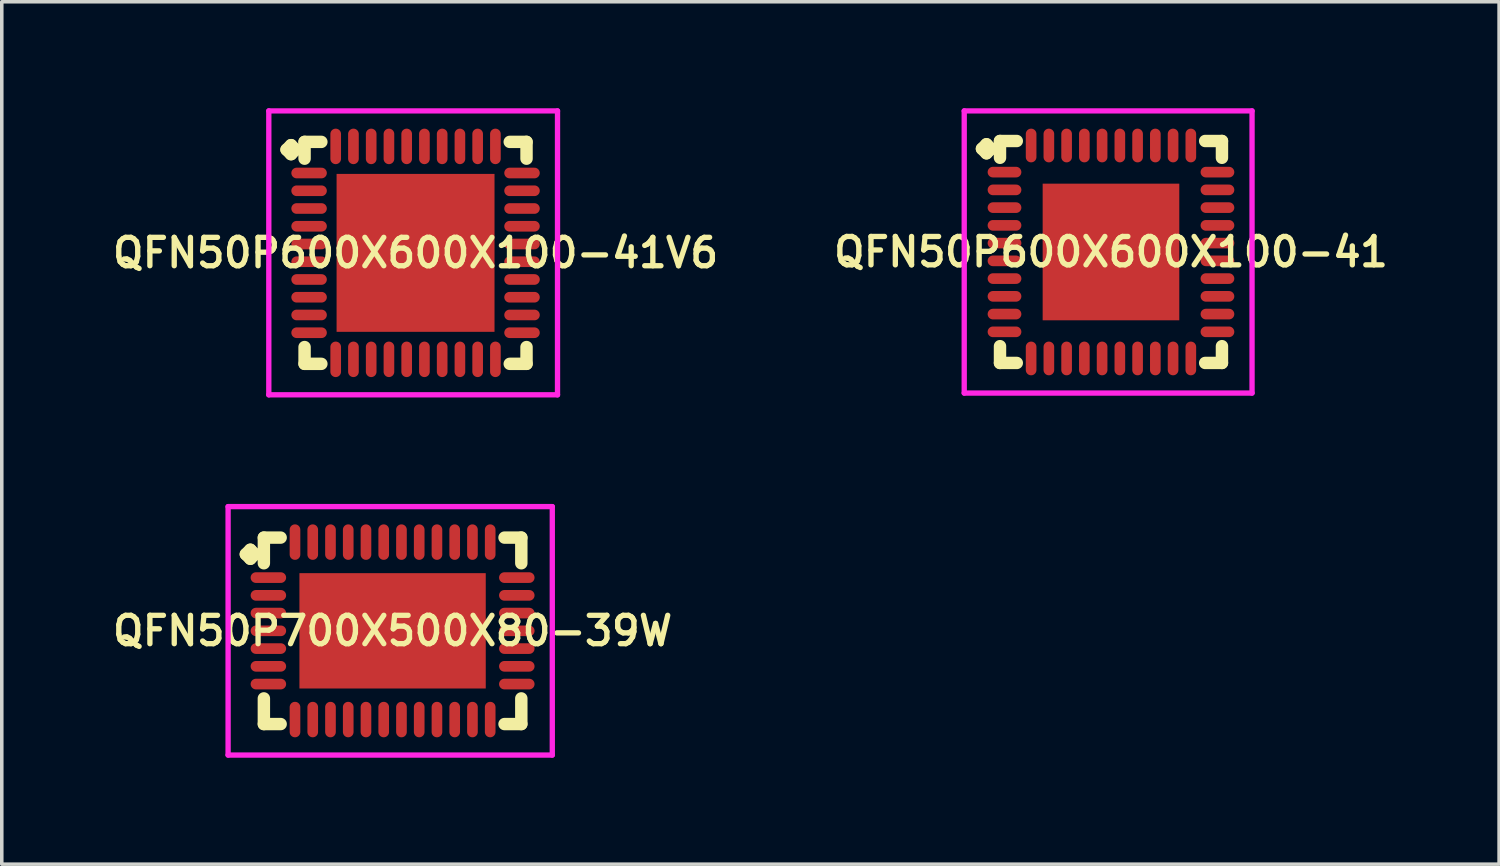
<source format=kicad_pcb>
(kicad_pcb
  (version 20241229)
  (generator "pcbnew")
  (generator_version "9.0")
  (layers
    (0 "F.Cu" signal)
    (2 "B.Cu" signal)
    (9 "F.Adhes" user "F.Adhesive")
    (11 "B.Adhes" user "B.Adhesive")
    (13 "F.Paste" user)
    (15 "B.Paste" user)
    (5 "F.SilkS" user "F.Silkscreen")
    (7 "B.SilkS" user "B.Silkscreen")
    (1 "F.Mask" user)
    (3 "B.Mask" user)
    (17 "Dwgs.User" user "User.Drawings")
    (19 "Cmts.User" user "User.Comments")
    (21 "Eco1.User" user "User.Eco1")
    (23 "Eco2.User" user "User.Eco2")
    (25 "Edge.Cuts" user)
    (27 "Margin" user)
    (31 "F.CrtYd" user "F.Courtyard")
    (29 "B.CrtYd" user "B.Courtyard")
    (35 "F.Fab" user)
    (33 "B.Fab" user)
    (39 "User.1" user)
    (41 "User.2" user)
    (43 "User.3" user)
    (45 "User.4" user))
  (footprint "QFN50P700X500X80-39W"
    (layer "F.Cu")
    (at 8.012 14.725)
    (property "Reference" "QFN50P700X500X80-39W" (at 0 0 0) (layer "F.SilkS") (effects (font (size 0.8 0.8) (thickness 0.15))))
    (attr smd)
    (fp_line (start -4.135 -2.158) (end -4.008 -2.285) (stroke (width 0.35) (type solid)) (layer "F.SilkS"))
    (fp_line (start -4.008 -2.285) (end -3.881 -2.158) (stroke (width 0.35) (type solid)) (layer "F.SilkS"))
    (fp_line (start -4.008 -2.031) (end -4.135 -2.158) (stroke (width 0.35) (type solid)) (layer "F.SilkS"))
    (fp_line (start -3.881 -2.158) (end -4.008 -2.031) (stroke (width 0.35) (type solid)) (layer "F.SilkS"))
    (fp_line (start -3.627 -2.627) (end -3.154 -2.627) (stroke (width 0.35) (type solid)) (layer "F.SilkS"))
    (fp_line (start -3.627 -1.904) (end -3.627 -2.627) (stroke (width 0.35) (type solid)) (layer "F.SilkS"))
    (fp_line (start -3.627 1.904) (end -3.627 2.627) (stroke (width 0.35) (type solid)) (layer "F.SilkS"))
    (fp_line (start -3.627 2.627) (end -3.154 2.627) (stroke (width 0.35) (type solid)) (layer "F.SilkS"))
    (fp_line (start 3.154 -2.627) (end 3.627 -2.627) (stroke (width 0.35) (type solid)) (layer "F.SilkS"))
    (fp_line (start 3.154 2.627) (end 3.627 2.627) (stroke (width 0.35) (type solid)) (layer "F.SilkS"))
    (fp_line (start 3.627 -2.627) (end 3.627 -1.904) (stroke (width 0.35) (type solid)) (layer "F.SilkS"))
    (fp_line (start 3.627 2.627) (end 3.627 1.904) (stroke (width 0.35) (type solid)) (layer "F.SilkS"))
    (fp_line (start -4.635 -3.5) (end 4.5 -3.5) (stroke (width 0.15) (type solid)) (layer "F.CrtYd"))
    (fp_line (start -4.635 3.5) (end -4.635 -3.5) (stroke (width 0.15) (type solid)) (layer "F.CrtYd"))
    (fp_line (start 4.5 -3.5) (end 4.5 3.5) (stroke (width 0.15) (type solid)) (layer "F.CrtYd"))
    (fp_line (start 4.5 3.5) (end -4.635 3.5) (stroke (width 0.15) (type solid)) (layer "F.CrtYd"))
    (pad "1" smd oval (at -3.5 -1.5) (size 1 0.3) (layers "F.Cu" "F.Mask" "F.Paste"))
    (pad "2" smd oval (at -3.5 -1) (size 1 0.3) (layers "F.Cu" "F.Mask" "F.Paste"))
    (pad "3" smd oval (at -3.5 -0.5) (size 1 0.3) (layers "F.Cu" "F.Mask" "F.Paste"))
    (pad "4" smd oval (at -3.5 0) (size 1 0.3) (layers "F.Cu" "F.Mask" "F.Paste"))
    (pad "5" smd oval (at -3.5 0.5) (size 1 0.3) (layers "F.Cu" "F.Mask" "F.Paste"))
    (pad "6" smd oval (at -3.5 1) (size 1 0.3) (layers "F.Cu" "F.Mask" "F.Paste"))
    (pad "7" smd oval (at -3.5 1.5) (size 1 0.3) (layers "F.Cu" "F.Mask" "F.Paste"))
    (pad "8" smd oval (at -2.75 2.5) (size 0.3 1) (layers "F.Cu" "F.Mask" "F.Paste"))
    (pad "9" smd oval (at -2.25 2.5) (size 0.3 1) (layers "F.Cu" "F.Mask" "F.Paste"))
    (pad "10" smd oval (at -1.75 2.5) (size 0.3 1) (layers "F.Cu" "F.Mask" "F.Paste"))
    (pad "11" smd oval (at -1.25 2.5) (size 0.3 1) (layers "F.Cu" "F.Mask" "F.Paste"))
    (pad "12" smd oval (at -0.75 2.5) (size 0.3 1) (layers "F.Cu" "F.Mask" "F.Paste"))
    (pad "13" smd oval (at -0.25 2.5) (size 0.3 1) (layers "F.Cu" "F.Mask" "F.Paste"))
    (pad "14" smd oval (at 0.25 2.5) (size 0.3 1) (layers "F.Cu" "F.Mask" "F.Paste"))
    (pad "15" smd oval (at 0.75 2.5) (size 0.3 1) (layers "F.Cu" "F.Mask" "F.Paste"))
    (pad "16" smd oval (at 1.25 2.5) (size 0.3 1) (layers "F.Cu" "F.Mask" "F.Paste"))
    (pad "17" smd oval (at 1.75 2.5) (size 0.3 1) (layers "F.Cu" "F.Mask" "F.Paste"))
    (pad "18" smd oval (at 2.25 2.5) (size 0.3 1) (layers "F.Cu" "F.Mask" "F.Paste"))
    (pad "19" smd oval (at 2.75 2.5) (size 0.3 1) (layers "F.Cu" "F.Mask" "F.Paste"))
    (pad "20" smd oval (at 3.5 1.5) (size 1 0.3) (layers "F.Cu" "F.Mask" "F.Paste"))
    (pad "21" smd oval (at 3.5 1) (size 1 0.3) (layers "F.Cu" "F.Mask" "F.Paste"))
    (pad "22" smd oval (at 3.5 0.5) (size 1 0.3) (layers "F.Cu" "F.Mask" "F.Paste"))
    (pad "23" smd oval (at 3.5 0) (size 1 0.3) (layers "F.Cu" "F.Mask" "F.Paste"))
    (pad "24" smd oval (at 3.5 -0.5) (size 1 0.3) (layers "F.Cu" "F.Mask" "F.Paste"))
    (pad "25" smd oval (at 3.5 -1) (size 1 0.3) (layers "F.Cu" "F.Mask" "F.Paste"))
    (pad "26" smd oval (at 3.5 -1.5) (size 1 0.3) (layers "F.Cu" "F.Mask" "F.Paste"))
    (pad "27" smd oval (at 2.75 -2.5) (size 0.3 1) (layers "F.Cu" "F.Mask" "F.Paste"))
    (pad "28" smd oval (at 2.25 -2.5) (size 0.3 1) (layers "F.Cu" "F.Mask" "F.Paste"))
    (pad "29" smd oval (at 1.75 -2.5) (size 0.3 1) (layers "F.Cu" "F.Mask" "F.Paste"))
    (pad "30" smd oval (at 1.25 -2.5) (size 0.3 1) (layers "F.Cu" "F.Mask" "F.Paste"))
    (pad "31" smd oval (at 0.75 -2.5) (size 0.3 1) (layers "F.Cu" "F.Mask" "F.Paste"))
    (pad "32" smd oval (at 0.25 -2.5) (size 0.3 1) (layers "F.Cu" "F.Mask" "F.Paste"))
    (pad "33" smd oval (at -0.25 -2.5) (size 0.3 1) (layers "F.Cu" "F.Mask" "F.Paste"))
    (pad "34" smd oval (at -0.75 -2.5) (size 0.3 1) (layers "F.Cu" "F.Mask" "F.Paste"))
    (pad "35" smd oval (at -1.25 -2.5) (size 0.3 1) (layers "F.Cu" "F.Mask" "F.Paste"))
    (pad "36" smd oval (at -1.75 -2.5) (size 0.3 1) (layers "F.Cu" "F.Mask" "F.Paste"))
    (pad "37" smd oval (at -2.25 -2.5) (size 0.3 1) (layers "F.Cu" "F.Mask" "F.Paste"))
    (pad "38" smd oval (at -2.75 -2.5) (size 0.3 1) (layers "F.Cu" "F.Mask" "F.Paste"))
    (pad "39" smd rect (at 0 0) (size 5.25 3.25) (layers "F.Cu" "F.Mask" "F.Paste")))
  (footprint "QFN50P600X600X100-41"
    (layer "F.Cu")
    (at 28.254 4.05)
    (property "Reference" "QFN50P600X600X100-41" (at 0 0 0) (layer "F.SilkS") (effects (font (size 0.8 0.8) (thickness 0.15))))
    (attr smd)
    (fp_line (start -3.635 -2.908) (end -3.508 -3.035) (stroke (width 0.35) (type solid)) (layer "F.SilkS"))
    (fp_line (start -3.508 -3.035) (end -3.381 -2.908) (stroke (width 0.35) (type solid)) (layer "F.SilkS"))
    (fp_line (start -3.508 -2.781) (end -3.635 -2.908) (stroke (width 0.35) (type solid)) (layer "F.SilkS"))
    (fp_line (start -3.381 -2.908) (end -3.508 -2.781) (stroke (width 0.35) (type solid)) (layer "F.SilkS"))
    (fp_line (start -3.127 -3.127) (end -2.654 -3.127) (stroke (width 0.35) (type solid)) (layer "F.SilkS"))
    (fp_line (start -3.127 -2.654) (end -3.127 -3.127) (stroke (width 0.35) (type solid)) (layer "F.SilkS"))
    (fp_line (start -3.127 2.654) (end -3.127 3.127) (stroke (width 0.35) (type solid)) (layer "F.SilkS"))
    (fp_line (start -3.127 3.127) (end -2.654 3.127) (stroke (width 0.35) (type solid)) (layer "F.SilkS"))
    (fp_line (start 2.654 -3.127) (end 3.127 -3.127) (stroke (width 0.35) (type solid)) (layer "F.SilkS"))
    (fp_line (start 2.654 3.127) (end 3.127 3.127) (stroke (width 0.35) (type solid)) (layer "F.SilkS"))
    (fp_line (start 3.127 -3.127) (end 3.127 -2.654) (stroke (width 0.35) (type solid)) (layer "F.SilkS"))
    (fp_line (start 3.127 3.127) (end 3.127 2.654) (stroke (width 0.35) (type solid)) (layer "F.SilkS"))
    (fp_line (start -4.135 -3.975) (end 3.975 -3.975) (stroke (width 0.15) (type solid)) (layer "F.CrtYd"))
    (fp_line (start -4.135 3.975) (end -4.135 -3.975) (stroke (width 0.15) (type solid)) (layer "F.CrtYd"))
    (fp_line (start 3.975 -3.975) (end 3.975 3.975) (stroke (width 0.15) (type solid)) (layer "F.CrtYd"))
    (fp_line (start 3.975 3.975) (end -4.135 3.975) (stroke (width 0.15) (type solid)) (layer "F.CrtYd"))
    (pad "1" smd oval (at -3 -2.25) (size 0.95 0.3) (layers "F.Cu" "F.Mask" "F.Paste"))
    (pad "2" smd oval (at -3 -1.75) (size 0.95 0.3) (layers "F.Cu" "F.Mask" "F.Paste"))
    (pad "3" smd oval (at -3 -1.25) (size 0.95 0.3) (layers "F.Cu" "F.Mask" "F.Paste"))
    (pad "4" smd oval (at -3 -0.75) (size 0.95 0.3) (layers "F.Cu" "F.Mask" "F.Paste"))
    (pad "5" smd oval (at -3 -0.25) (size 0.95 0.3) (layers "F.Cu" "F.Mask" "F.Paste"))
    (pad "6" smd oval (at -3 0.25) (size 0.95 0.3) (layers "F.Cu" "F.Mask" "F.Paste"))
    (pad "7" smd oval (at -3 0.75) (size 0.95 0.3) (layers "F.Cu" "F.Mask" "F.Paste"))
    (pad "8" smd oval (at -3 1.25) (size 0.95 0.3) (layers "F.Cu" "F.Mask" "F.Paste"))
    (pad "9" smd oval (at -3 1.75) (size 0.95 0.3) (layers "F.Cu" "F.Mask" "F.Paste"))
    (pad "10" smd oval (at -3 2.25) (size 0.95 0.3) (layers "F.Cu" "F.Mask" "F.Paste"))
    (pad "11" smd oval (at -2.25 3) (size 0.3 0.95) (layers "F.Cu" "F.Mask" "F.Paste"))
    (pad "12" smd oval (at -1.75 3) (size 0.3 0.95) (layers "F.Cu" "F.Mask" "F.Paste"))
    (pad "13" smd oval (at -1.25 3) (size 0.3 0.95) (layers "F.Cu" "F.Mask" "F.Paste"))
    (pad "14" smd oval (at -0.75 3) (size 0.3 0.95) (layers "F.Cu" "F.Mask" "F.Paste"))
    (pad "15" smd oval (at -0.25 3) (size 0.3 0.95) (layers "F.Cu" "F.Mask" "F.Paste"))
    (pad "16" smd oval (at 0.25 3) (size 0.3 0.95) (layers "F.Cu" "F.Mask" "F.Paste"))
    (pad "17" smd oval (at 0.75 3) (size 0.3 0.95) (layers "F.Cu" "F.Mask" "F.Paste"))
    (pad "18" smd oval (at 1.25 3) (size 0.3 0.95) (layers "F.Cu" "F.Mask" "F.Paste"))
    (pad "19" smd oval (at 1.75 3) (size 0.3 0.95) (layers "F.Cu" "F.Mask" "F.Paste"))
    (pad "20" smd oval (at 2.25 3) (size 0.3 0.95) (layers "F.Cu" "F.Mask" "F.Paste"))
    (pad "21" smd oval (at 3 2.25) (size 0.95 0.3) (layers "F.Cu" "F.Mask" "F.Paste"))
    (pad "22" smd oval (at 3 1.75) (size 0.95 0.3) (layers "F.Cu" "F.Mask" "F.Paste"))
    (pad "23" smd oval (at 3 1.25) (size 0.95 0.3) (layers "F.Cu" "F.Mask" "F.Paste"))
    (pad "24" smd oval (at 3 0.75) (size 0.95 0.3) (layers "F.Cu" "F.Mask" "F.Paste"))
    (pad "25" smd oval (at 3 0.25) (size 0.95 0.3) (layers "F.Cu" "F.Mask" "F.Paste"))
    (pad "26" smd oval (at 3 -0.25) (size 0.95 0.3) (layers "F.Cu" "F.Mask" "F.Paste"))
    (pad "27" smd oval (at 3 -0.75) (size 0.95 0.3) (layers "F.Cu" "F.Mask" "F.Paste"))
    (pad "28" smd oval (at 3 -1.25) (size 0.95 0.3) (layers "F.Cu" "F.Mask" "F.Paste"))
    (pad "29" smd oval (at 3 -1.75) (size 0.95 0.3) (layers "F.Cu" "F.Mask" "F.Paste"))
    (pad "30" smd oval (at 3 -2.25) (size 0.95 0.3) (layers "F.Cu" "F.Mask" "F.Paste"))
    (pad "31" smd oval (at 2.25 -3) (size 0.3 0.95) (layers "F.Cu" "F.Mask" "F.Paste"))
    (pad "32" smd oval (at 1.75 -3) (size 0.3 0.95) (layers "F.Cu" "F.Mask" "F.Paste"))
    (pad "33" smd oval (at 1.25 -3) (size 0.3 0.95) (layers "F.Cu" "F.Mask" "F.Paste"))
    (pad "34" smd oval (at 0.75 -3) (size 0.3 0.95) (layers "F.Cu" "F.Mask" "F.Paste"))
    (pad "35" smd oval (at 0.25 -3) (size 0.3 0.95) (layers "F.Cu" "F.Mask" "F.Paste"))
    (pad "36" smd oval (at -0.25 -3) (size 0.3 0.95) (layers "F.Cu" "F.Mask" "F.Paste"))
    (pad "37" smd oval (at -0.75 -3) (size 0.3 0.95) (layers "F.Cu" "F.Mask" "F.Paste"))
    (pad "38" smd oval (at -1.25 -3) (size 0.3 0.95) (layers "F.Cu" "F.Mask" "F.Paste"))
    (pad "39" smd oval (at -1.75 -3) (size 0.3 0.95) (layers "F.Cu" "F.Mask" "F.Paste"))
    (pad "40" smd oval (at -2.25 -3) (size 0.3 0.95) (layers "F.Cu" "F.Mask" "F.Paste"))
    (pad "41" smd rect (at 0 0) (size 3.85 3.85) (layers "F.Cu" "F.Mask" "F.Paste")))
  (footprint "QFN50P600X600X100-41V6"
    (layer "F.Cu")
    (at 8.659 4.075)
    (property "Reference" "QFN50P600X600X100-41V6" (at 0 0 0) (layer "F.SilkS") (effects (font (size 0.8 0.8) (thickness 0.15))))
    (attr smd)
    (fp_line (start -3.635 -2.908) (end -3.508 -3.035) (stroke (width 0.35) (type solid)) (layer "F.SilkS"))
    (fp_line (start -3.508 -3.035) (end -3.381 -2.908) (stroke (width 0.35) (type solid)) (layer "F.SilkS"))
    (fp_line (start -3.508 -2.781) (end -3.635 -2.908) (stroke (width 0.35) (type solid)) (layer "F.SilkS"))
    (fp_line (start -3.381 -2.908) (end -3.508 -2.781) (stroke (width 0.35) (type solid)) (layer "F.SilkS"))
    (fp_line (start -3.127 -3.127) (end -2.654 -3.127) (stroke (width 0.35) (type solid)) (layer "F.SilkS"))
    (fp_line (start -3.127 -2.654) (end -3.127 -3.127) (stroke (width 0.35) (type solid)) (layer "F.SilkS"))
    (fp_line (start -3.127 2.654) (end -3.127 3.127) (stroke (width 0.35) (type solid)) (layer "F.SilkS"))
    (fp_line (start -3.127 3.127) (end -2.654 3.127) (stroke (width 0.35) (type solid)) (layer "F.SilkS"))
    (fp_line (start 2.654 -3.127) (end 3.127 -3.127) (stroke (width 0.35) (type solid)) (layer "F.SilkS"))
    (fp_line (start 2.654 3.127) (end 3.127 3.127) (stroke (width 0.35) (type solid)) (layer "F.SilkS"))
    (fp_line (start 3.127 -3.127) (end 3.127 -2.654) (stroke (width 0.35) (type solid)) (layer "F.SilkS"))
    (fp_line (start 3.127 3.127) (end 3.127 2.654) (stroke (width 0.35) (type solid)) (layer "F.SilkS"))
    (fp_line (start -4.135 -4) (end 4 -4) (stroke (width 0.15) (type solid)) (layer "F.CrtYd"))
    (fp_line (start -4.135 4) (end -4.135 -4) (stroke (width 0.15) (type solid)) (layer "F.CrtYd"))
    (fp_line (start 4 -4) (end 4 4) (stroke (width 0.15) (type solid)) (layer "F.CrtYd"))
    (fp_line (start 4 4) (end -4.135 4) (stroke (width 0.15) (type solid)) (layer "F.CrtYd"))
    (pad "1" smd oval (at -3 -2.25) (size 1 0.3) (layers "F.Cu" "F.Mask" "F.Paste"))
    (pad "2" smd oval (at -3 -1.75) (size 1 0.3) (layers "F.Cu" "F.Mask" "F.Paste"))
    (pad "3" smd oval (at -3 -1.25) (size 1 0.3) (layers "F.Cu" "F.Mask" "F.Paste"))
    (pad "4" smd oval (at -3 -0.75) (size 1 0.3) (layers "F.Cu" "F.Mask" "F.Paste"))
    (pad "5" smd oval (at -3 -0.25) (size 1 0.3) (layers "F.Cu" "F.Mask" "F.Paste"))
    (pad "6" smd oval (at -3 0.25) (size 1 0.3) (layers "F.Cu" "F.Mask" "F.Paste"))
    (pad "7" smd oval (at -3 0.75) (size 1 0.3) (layers "F.Cu" "F.Mask" "F.Paste"))
    (pad "8" smd oval (at -3 1.25) (size 1 0.3) (layers "F.Cu" "F.Mask" "F.Paste"))
    (pad "9" smd oval (at -3 1.75) (size 1 0.3) (layers "F.Cu" "F.Mask" "F.Paste"))
    (pad "10" smd oval (at -3 2.25) (size 1 0.3) (layers "F.Cu" "F.Mask" "F.Paste"))
    (pad "11" smd oval (at -2.25 3) (size 0.3 1) (layers "F.Cu" "F.Mask" "F.Paste"))
    (pad "12" smd oval (at -1.75 3) (size 0.3 1) (layers "F.Cu" "F.Mask" "F.Paste"))
    (pad "13" smd oval (at -1.25 3) (size 0.3 1) (layers "F.Cu" "F.Mask" "F.Paste"))
    (pad "14" smd oval (at -0.75 3) (size 0.3 1) (layers "F.Cu" "F.Mask" "F.Paste"))
    (pad "15" smd oval (at -0.25 3) (size 0.3 1) (layers "F.Cu" "F.Mask" "F.Paste"))
    (pad "16" smd oval (at 0.25 3) (size 0.3 1) (layers "F.Cu" "F.Mask" "F.Paste"))
    (pad "17" smd oval (at 0.75 3) (size 0.3 1) (layers "F.Cu" "F.Mask" "F.Paste"))
    (pad "18" smd oval (at 1.25 3) (size 0.3 1) (layers "F.Cu" "F.Mask" "F.Paste"))
    (pad "19" smd oval (at 1.75 3) (size 0.3 1) (layers "F.Cu" "F.Mask" "F.Paste"))
    (pad "20" smd oval (at 2.25 3) (size 0.3 1) (layers "F.Cu" "F.Mask" "F.Paste"))
    (pad "21" smd oval (at 3 2.25) (size 1 0.3) (layers "F.Cu" "F.Mask" "F.Paste"))
    (pad "22" smd oval (at 3 1.75) (size 1 0.3) (layers "F.Cu" "F.Mask" "F.Paste"))
    (pad "23" smd oval (at 3 1.25) (size 1 0.3) (layers "F.Cu" "F.Mask" "F.Paste"))
    (pad "24" smd oval (at 3 0.75) (size 1 0.3) (layers "F.Cu" "F.Mask" "F.Paste"))
    (pad "25" smd oval (at 3 0.25) (size 1 0.3) (layers "F.Cu" "F.Mask" "F.Paste"))
    (pad "26" smd oval (at 3 -0.25) (size 1 0.3) (layers "F.Cu" "F.Mask" "F.Paste"))
    (pad "27" smd oval (at 3 -0.75) (size 1 0.3) (layers "F.Cu" "F.Mask" "F.Paste"))
    (pad "28" smd oval (at 3 -1.25) (size 1 0.3) (layers "F.Cu" "F.Mask" "F.Paste"))
    (pad "29" smd oval (at 3 -1.75) (size 1 0.3) (layers "F.Cu" "F.Mask" "F.Paste"))
    (pad "30" smd oval (at 3 -2.25) (size 1 0.3) (layers "F.Cu" "F.Mask" "F.Paste"))
    (pad "31" smd oval (at 2.25 -3) (size 0.3 1) (layers "F.Cu" "F.Mask" "F.Paste"))
    (pad "32" smd oval (at 1.75 -3) (size 0.3 1) (layers "F.Cu" "F.Mask" "F.Paste"))
    (pad "33" smd oval (at 1.25 -3) (size 0.3 1) (layers "F.Cu" "F.Mask" "F.Paste"))
    (pad "34" smd oval (at 0.75 -3) (size 0.3 1) (layers "F.Cu" "F.Mask" "F.Paste"))
    (pad "35" smd oval (at 0.25 -3) (size 0.3 1) (layers "F.Cu" "F.Mask" "F.Paste"))
    (pad "36" smd oval (at -0.25 -3) (size 0.3 1) (layers "F.Cu" "F.Mask" "F.Paste"))
    (pad "37" smd oval (at -0.75 -3) (size 0.3 1) (layers "F.Cu" "F.Mask" "F.Paste"))
    (pad "38" smd oval (at -1.25 -3) (size 0.3 1) (layers "F.Cu" "F.Mask" "F.Paste"))
    (pad "39" smd oval (at -1.75 -3) (size 0.3 1) (layers "F.Cu" "F.Mask" "F.Paste"))
    (pad "40" smd oval (at -2.25 -3) (size 0.3 1) (layers "F.Cu" "F.Mask" "F.Paste"))
    (pad "41" smd rect (at 0 0) (size 4.45 4.45) (layers "F.Cu" "F.Mask" "F.Paste")))
  (gr_rect
    (start -3 -3)
    (end 39.19 21.3)
    (stroke (width 0.1) (type default))
    (fill no)
    (layer "Edge.Cuts")))
</source>
